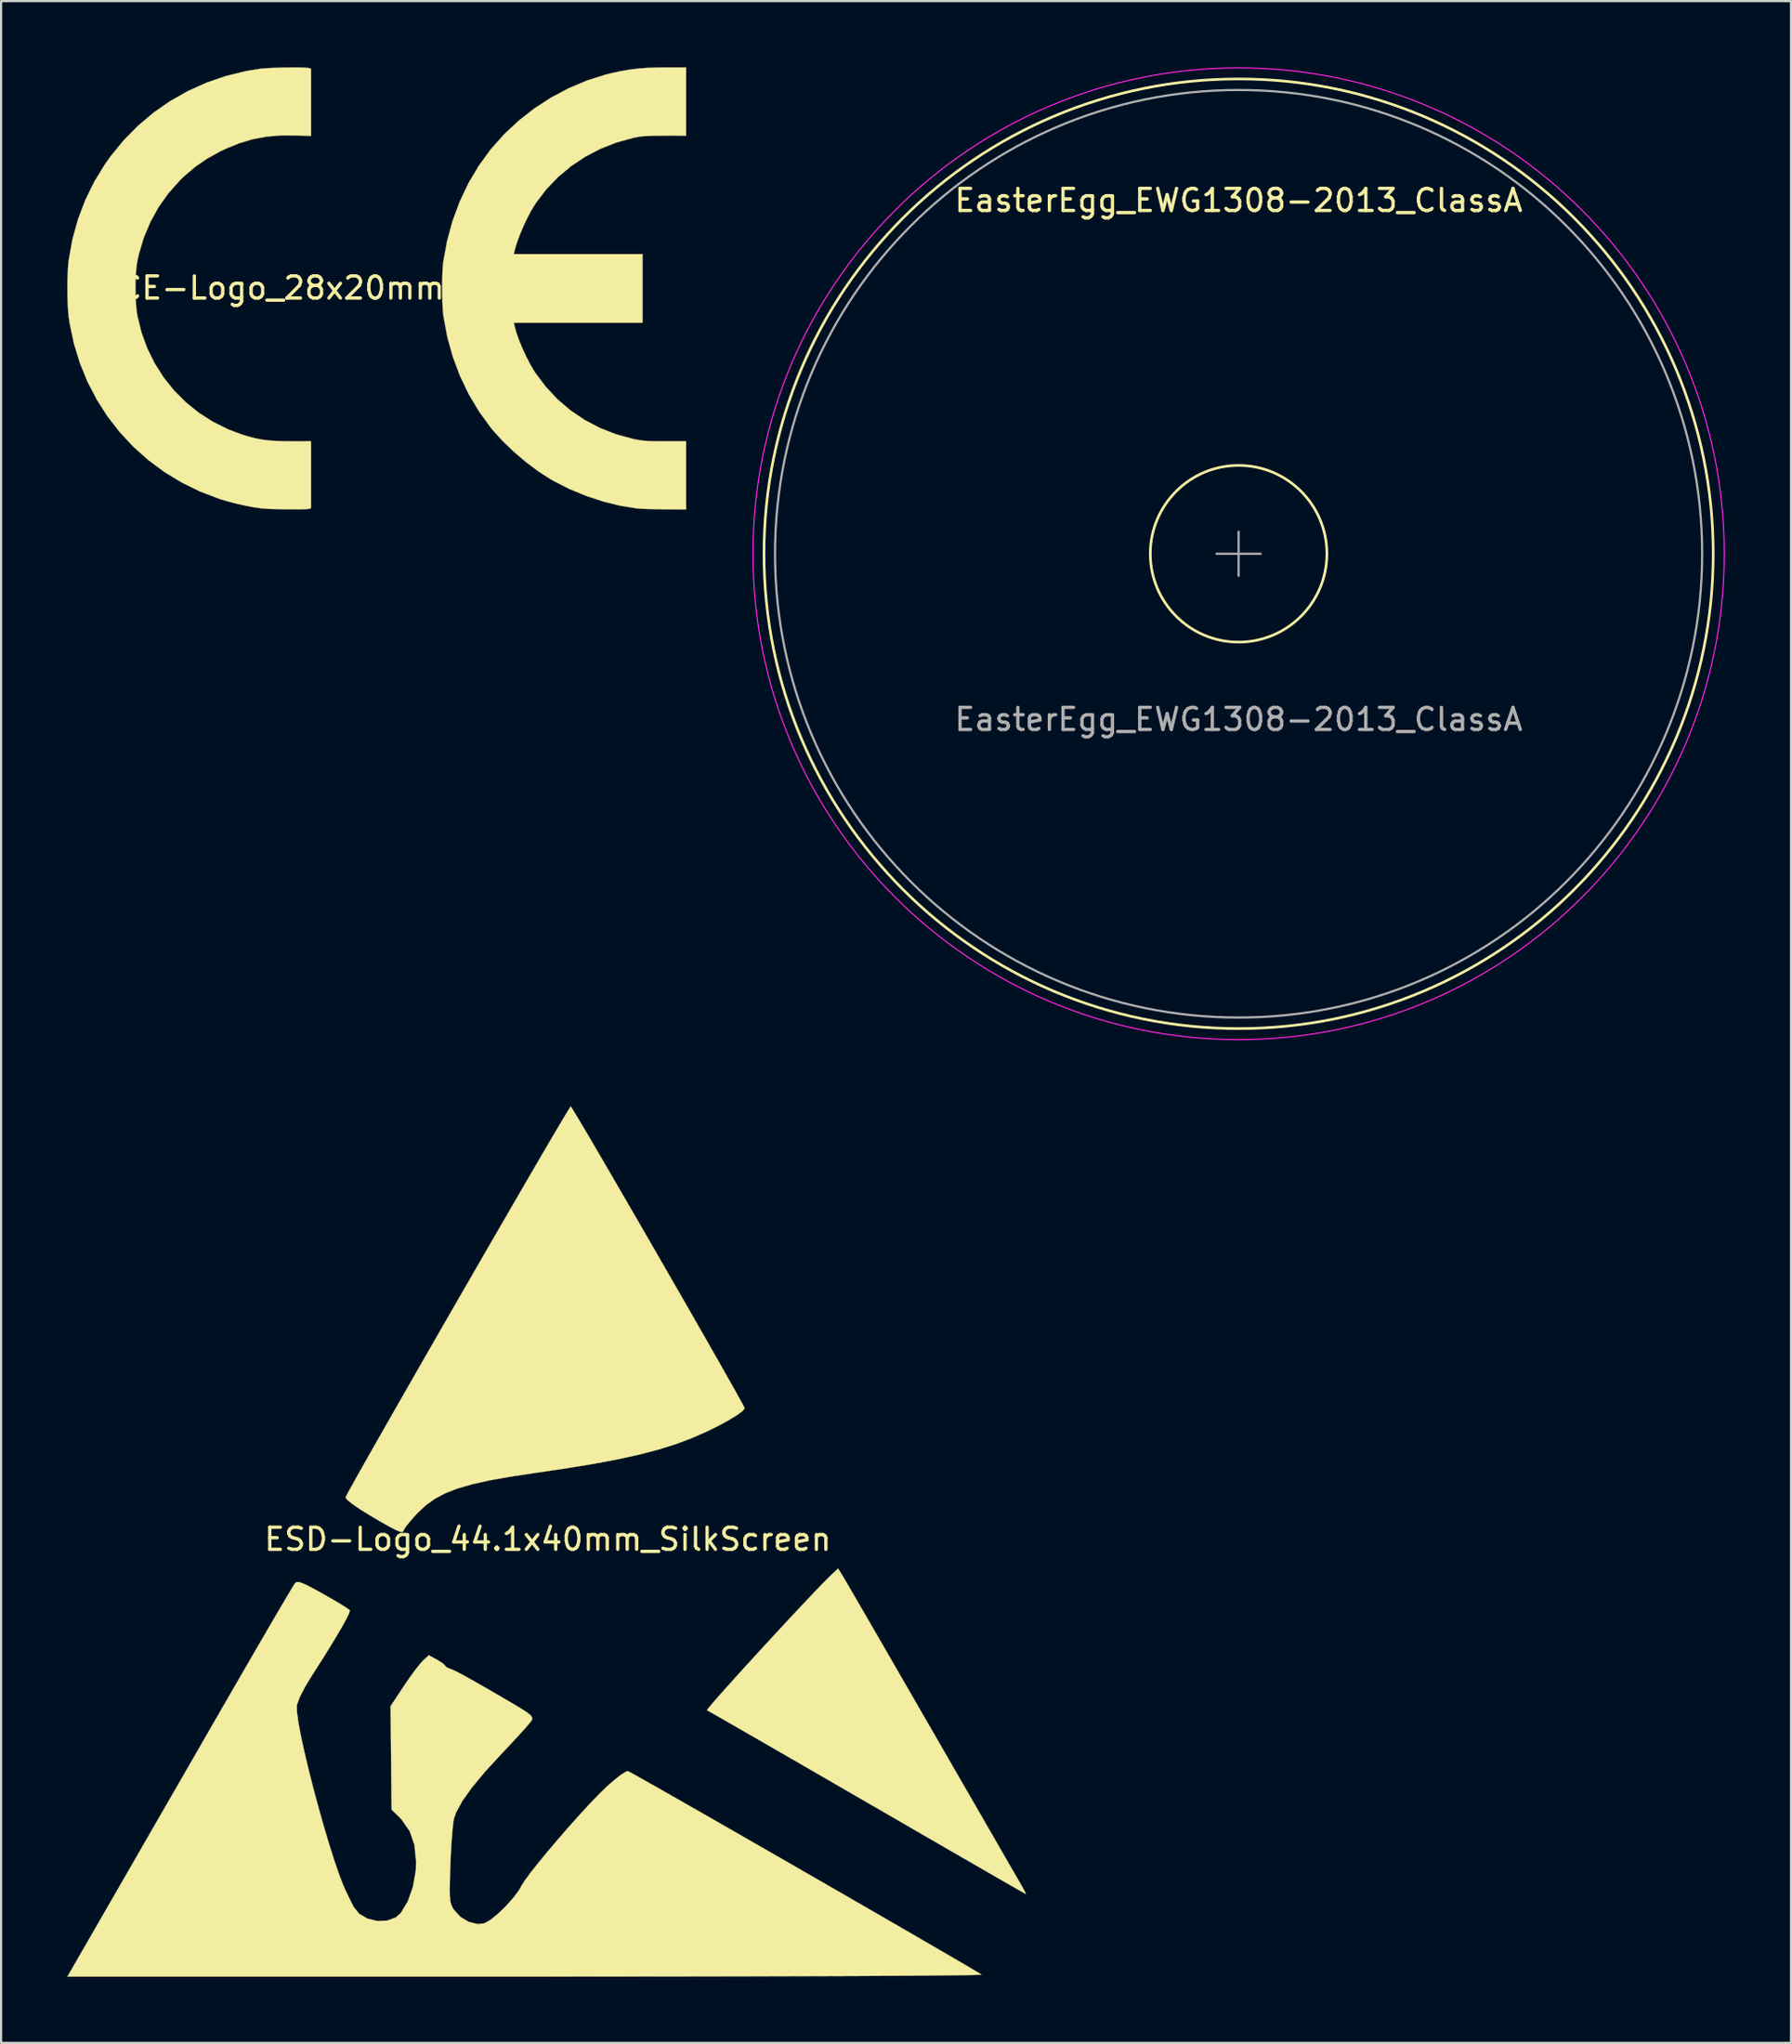
<source format=kicad_pcb>
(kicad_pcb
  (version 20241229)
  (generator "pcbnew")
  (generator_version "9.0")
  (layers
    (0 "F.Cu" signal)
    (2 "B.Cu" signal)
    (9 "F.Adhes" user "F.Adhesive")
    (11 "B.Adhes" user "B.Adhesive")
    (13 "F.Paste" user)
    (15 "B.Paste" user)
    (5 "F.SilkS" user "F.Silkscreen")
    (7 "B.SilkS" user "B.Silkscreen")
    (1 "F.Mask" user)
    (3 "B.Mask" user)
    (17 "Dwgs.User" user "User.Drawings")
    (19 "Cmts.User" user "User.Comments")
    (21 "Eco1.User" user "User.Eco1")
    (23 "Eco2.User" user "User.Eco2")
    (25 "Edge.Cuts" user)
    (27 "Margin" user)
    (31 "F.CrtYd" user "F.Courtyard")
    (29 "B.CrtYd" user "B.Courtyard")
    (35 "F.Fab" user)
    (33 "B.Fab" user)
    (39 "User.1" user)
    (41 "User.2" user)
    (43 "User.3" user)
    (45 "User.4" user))
  (footprint "CE-Logo_28x20mm_SilkScreen"
    (layer "F.Cu")
    (at 14.015 9.99)
    (property "Reference" "CE-Logo_28x20mm_SilkScreen" (at 0 0 0) (layer "F.SilkS") (effects (font (size 1 1) (thickness 0.15))))
    (attr exclude_from_pos_files exclude_from_bom allow_missing_courtyard)
    (fp_poly (pts (xy -3.512 -9.983) (xy -3.298 -9.977) (xy -3.144 -9.968) (xy -3.076 -9.957) (xy -2.978 -9.931) (xy -2.978 -6.884) (xy -3.672 -6.908) (xy -4.366 -6.907) (xy -5.009 -6.851) (xy -5.62 -6.736) (xy -6.217 -6.558) (xy -6.822 -6.313) (xy -7.073 -6.194) (xy -7.67 -5.866) (xy -8.209 -5.497) (xy -8.713 -5.07) (xy -8.909 -4.88) (xy -9.428 -4.301) (xy -9.877 -3.669) (xy -10.253 -2.991) (xy -10.555 -2.27) (xy -10.78 -1.511) (xy -10.847 -1.204) (xy -10.887 -0.926) (xy -10.914 -0.585) (xy -10.927 -0.205) (xy -10.928 0.189) (xy -10.915 0.575) (xy -10.888 0.929) (xy -10.849 1.226) (xy -10.845 1.248) (xy -10.66 2.005) (xy -10.397 2.728) (xy -10.06 3.41) (xy -9.655 4.048) (xy -9.184 4.637) (xy -8.652 5.171) (xy -8.063 5.647) (xy -7.423 6.058) (xy -6.734 6.4) (xy -6.127 6.629) (xy -5.785 6.734) (xy -5.472 6.813) (xy -5.165 6.871) (xy -4.843 6.909) (xy -4.485 6.931) (xy -4.069 6.94) (xy -3.887 6.94) (xy -2.978 6.939) (xy -2.978 9.975) (xy -3.076 10.001) (xy -3.161 10.011) (xy -3.316 10.018) (xy -3.527 10.022) (xy -3.778 10.023) (xy -4.051 10.021) (xy -4.333 10.017) (xy -4.605 10.011) (xy -4.853 10.003) (xy -5.06 9.992) (xy -5.21 9.98) (xy -5.211 9.98) (xy -5.585 9.926) (xy -6.008 9.844) (xy -6.446 9.743) (xy -6.869 9.629) (xy -7.137 9.546) (xy -8.013 9.211) (xy -8.843 8.804) (xy -9.624 8.328) (xy -10.353 7.788) (xy -11.026 7.186) (xy -11.64 6.528) (xy -12.192 5.817) (xy -12.679 5.057) (xy -13.097 4.252) (xy -13.443 3.407) (xy -13.714 2.524) (xy -13.907 1.608) (xy -13.95 1.314) (xy -13.978 1.033) (xy -13.998 0.689) (xy -14.008 0.305) (xy -14.01 -0.096) (xy -14.003 -0.49) (xy -13.987 -0.854) (xy -13.963 -1.164) (xy -13.95 -1.27) (xy -13.782 -2.206) (xy -13.532 -3.11) (xy -13.202 -3.98) (xy -12.792 -4.814) (xy -12.304 -5.611) (xy -12.043 -5.978) (xy -11.453 -6.698) (xy -10.804 -7.354) (xy -10.101 -7.945) (xy -9.349 -8.467) (xy -8.551 -8.918) (xy -7.712 -9.296) (xy -6.838 -9.596) (xy -5.932 -9.818) (xy -5.3 -9.922) (xy -5.127 -9.939) (xy -4.899 -9.954) (xy -4.633 -9.967) (xy -4.345 -9.976) (xy -4.051 -9.982) (xy -3.768 -9.984) (xy -3.512 -9.983)) (stroke (width 0.01) (type solid)) (fill yes) (layer "F.SilkS"))
    (fp_poly (pts (xy 14.014 -8.441) (xy 14.014 -6.897) (xy 13.039 -6.896) (xy 12.702 -6.895) (xy 12.435 -6.891) (xy 12.221 -6.882) (xy 12.045 -6.869) (xy 11.887 -6.849) (xy 11.733 -6.822) (xy 11.621 -6.798) (xy 10.86 -6.588) (xy 10.134 -6.303) (xy 9.448 -5.945) (xy 8.81 -5.52) (xy 8.223 -5.03) (xy 7.695 -4.481) (xy 7.23 -3.875) (xy 7.149 -3.752) (xy 6.977 -3.465) (xy 6.802 -3.129) (xy 6.633 -2.768) (xy 6.481 -2.404) (xy 6.354 -2.061) (xy 6.263 -1.76) (xy 6.243 -1.675) (xy 6.212 -1.533) (xy 12.043 -1.533) (xy 12.043 1.577) (xy 6.212 1.577) (xy 6.243 1.719) (xy 6.326 2.021) (xy 6.45 2.372) (xy 6.605 2.747) (xy 6.781 3.125) (xy 6.967 3.481) (xy 7.153 3.794) (xy 7.185 3.841) (xy 7.661 4.475) (xy 8.194 5.044) (xy 8.782 5.545) (xy 9.422 5.978) (xy 10.109 6.338) (xy 10.841 6.625) (xy 11.614 6.835) (xy 11.632 6.839) (xy 11.806 6.874) (xy 11.967 6.9) (xy 12.131 6.919) (xy 12.317 6.931) (xy 12.543 6.938) (xy 12.827 6.941) (xy 13.061 6.941) (xy 14.014 6.941) (xy 14.014 10.029) (xy 13.061 10.023) (xy 12.757 10.019) (xy 12.46 10.013) (xy 12.189 10.004) (xy 11.964 9.994) (xy 11.804 9.982) (xy 11.78 9.98) (xy 11.034 9.86) (xy 10.267 9.671) (xy 9.499 9.419) (xy 8.752 9.112) (xy 8.046 8.756) (xy 7.861 8.65) (xy 7.32 8.301) (xy 6.77 7.89) (xy 6.235 7.436) (xy 5.735 6.958) (xy 5.292 6.475) (xy 5.171 6.328) (xy 4.637 5.595) (xy 4.169 4.808) (xy 3.771 3.976) (xy 3.445 3.107) (xy 3.196 2.208) (xy 3.026 1.288) (xy 3.018 1.226) (xy 2.995 0.989) (xy 2.978 0.689) (xy 2.969 0.347) (xy 2.966 -0.013) (xy 2.969 -0.371) (xy 2.98 -0.704) (xy 2.997 -0.991) (xy 3.017 -1.182) (xy 3.189 -2.126) (xy 3.438 -3.038) (xy 3.762 -3.913) (xy 4.158 -4.747) (xy 4.625 -5.534) (xy 5.159 -6.269) (xy 5.171 -6.283) (xy 5.768 -6.955) (xy 6.427 -7.572) (xy 7.14 -8.129) (xy 7.9 -8.622) (xy 8.698 -9.045) (xy 9.526 -9.394) (xy 10.376 -9.662) (xy 10.708 -9.743) (xy 11.118 -9.829) (xy 11.499 -9.893) (xy 11.876 -9.938) (xy 12.273 -9.966) (xy 12.714 -9.981) (xy 13.083 -9.984) (xy 14.014 -9.985) (xy 14.014 -8.441)) (stroke (width 0.01) (type solid)) (fill yes) (layer "F.SilkS")))
  (footprint "EasterEgg_EWG1308-2013_ClassA"
    (layer "F.Cu")
    (at 53.059 22.025)
    (property "Reference" "EasterEgg_EWG1308-2013_ClassA" (at 0 -16 0) (unlocked yes) (layer "F.SilkS") (effects (font (size 1 1) (thickness 0.15))))
    (attr exclude_from_pos_files exclude_from_bom)
    (fp_circle (center 0 0) (end 0 -21.5) (stroke (width 0.12) (type default)) (fill no) (layer "F.SilkS"))
    (fp_circle (center 0 0) (end 4 0) (stroke (width 0.12) (type default)) (fill no) (layer "F.SilkS"))
    (fp_circle (center 0 0) (end 0 -22) (stroke (width 0.05) (type default)) (fill no) (layer "F.CrtYd"))
    (fp_line (start 0 -1) (end 0 1) (stroke (width 0.1) (type default)) (layer "F.Fab"))
    (fp_line (start 1 0) (end -1 0) (stroke (width 0.1) (type default)) (layer "F.Fab"))
    (fp_circle (center 0 0) (end 0 -21) (stroke (width 0.1) (type default)) (fill no) (layer "F.Fab"))
    (fp_text user "${REFERENCE}" (at 0 7.5 0) (unlocked yes) (layer "F.Fab") (effects (font (size 1 1) (thickness 0.15)))))
  (footprint "ESD-Logo_44.1x40mm_SilkScreen"
    (layer "F.Cu")
    (at 21.767 66.649)
    (property "Reference" "ESD-Logo_44.1x40mm_SilkScreen" (at 0 0 0) (layer "F.SilkS") (effects (font (size 1 1) (thickness 0.15))))
    (attr exclude_from_pos_files exclude_from_bom allow_missing_courtyard)
    (fp_poly (pts (xy 13.304 1.571) (xy 13.38 1.698) (xy 13.552 1.991) (xy 13.809 2.434) (xy 14.145 3.013) (xy 14.551 3.713) (xy 15.018 4.52) (xy 15.537 5.418) (xy 16.101 6.394) (xy 16.7 7.432) (xy 17.317 8.501) (xy 17.947 9.593) (xy 18.551 10.641) (xy 19.122 11.631) (xy 19.65 12.546) (xy 20.127 13.372) (xy 20.543 14.094) (xy 20.891 14.696) (xy 21.161 15.163) (xy 21.344 15.48) (xy 21.43 15.629) (xy 21.571 15.88) (xy 21.648 16.037) (xy 21.652 16.065) (xy 21.559 16.013) (xy 21.3 15.866) (xy 20.888 15.63) (xy 20.338 15.314) (xy 19.663 14.925) (xy 18.875 14.471) (xy 17.99 13.96) (xy 17.02 13.399) (xy 15.979 12.797) (xy 14.88 12.162) (xy 14.462 11.92) (xy 13.344 11.273) (xy 12.277 10.656) (xy 11.275 10.077) (xy 10.351 9.545) (xy 9.52 9.066) (xy 8.795 8.648) (xy 8.189 8.3) (xy 7.717 8.03) (xy 7.391 7.845) (xy 7.227 7.753) (xy 7.21 7.745) (xy 7.26 7.666) (xy 7.434 7.456) (xy 7.715 7.133) (xy 8.085 6.717) (xy 8.525 6.228) (xy 9.018 5.685) (xy 9.547 5.107) (xy 10.093 4.513) (xy 10.638 3.924) (xy 11.166 3.358) (xy 11.657 2.834) (xy 12.095 2.373) (xy 12.461 1.993) (xy 12.738 1.714) (xy 12.833 1.622) (xy 13.148 1.327) (xy 13.304 1.571)) (stroke (width 0.01) (type solid)) (fill yes) (layer "F.SilkS"))
    (fp_poly (pts (xy 1.098 -19.507) (xy 1.252 -19.257) (xy 1.49 -18.86) (xy 1.801 -18.334) (xy 2.175 -17.695) (xy 2.604 -16.961) (xy 3.078 -16.147) (xy 3.586 -15.272) (xy 4.119 -14.352) (xy 4.667 -13.404) (xy 5.22 -12.444) (xy 5.77 -11.49) (xy 6.305 -10.559) (xy 6.816 -9.667) (xy 7.294 -8.831) (xy 7.729 -8.068) (xy 8.111 -7.395) (xy 8.43 -6.829) (xy 8.676 -6.387) (xy 8.841 -6.086) (xy 8.913 -5.942) (xy 8.916 -5.933) (xy 8.826 -5.811) (xy 8.576 -5.624) (xy 8.195 -5.39) (xy 7.713 -5.129) (xy 7.209 -4.881) (xy 6.524 -4.58) (xy 5.802 -4.309) (xy 5.021 -4.063) (xy 4.154 -3.836) (xy 3.178 -3.621) (xy 2.067 -3.413) (xy 0.796 -3.205) (xy -0.519 -3.011) (xy -1.661 -2.84) (xy -2.62 -2.67) (xy -3.421 -2.493) (xy -4.086 -2.301) (xy -4.64 -2.085) (xy -5.108 -1.838) (xy -5.512 -1.55) (xy -5.878 -1.212) (xy -5.996 -1.087) (xy -6.252 -0.796) (xy -6.441 -0.558) (xy -6.529 -0.418) (xy -6.531 -0.406) (xy -6.562 -0.336) (xy -6.669 -0.335) (xy -6.873 -0.413) (xy -7.196 -0.58) (xy -7.66 -0.844) (xy -7.983 -1.034) (xy -8.464 -1.33) (xy -8.838 -1.585) (xy -9.079 -1.778) (xy -9.163 -1.892) (xy -9.163 -1.893) (xy -9.111 -2.001) (xy -8.964 -2.273) (xy -8.73 -2.694) (xy -8.418 -3.248) (xy -8.037 -3.921) (xy -7.595 -4.699) (xy -7.101 -5.565) (xy -6.563 -6.507) (xy -5.99 -7.507) (xy -5.389 -8.553) (xy -4.771 -9.628) (xy -4.143 -10.719) (xy -3.514 -11.81) (xy -2.893 -12.886) (xy -2.287 -13.934) (xy -1.706 -14.936) (xy -1.158 -15.881) (xy -0.652 -16.751) (xy -0.196 -17.532) (xy 0.202 -18.21) (xy 0.532 -18.77) (xy 0.787 -19.197) (xy 0.957 -19.476) (xy 1.034 -19.592) (xy 1.037 -19.594) (xy 1.098 -19.507)) (stroke (width 0.01) (type solid)) (fill yes) (layer "F.SilkS"))
    (fp_poly (pts (xy -11.232 1.949) (xy -11.014 2.033) (xy -10.682 2.2) (xy -10.206 2.463) (xy -10.169 2.483) (xy -9.73 2.734) (xy -9.359 2.954) (xy -9.094 3.121) (xy -8.97 3.212) (xy -8.966 3.216) (xy -8.996 3.343) (xy -9.134 3.625) (xy -9.37 4.049) (xy -9.696 4.597) (xy -10.103 5.256) (xy -10.581 6.008) (xy -10.701 6.193) (xy -11.011 6.705) (xy -11.237 7.146) (xy -11.358 7.476) (xy -11.371 7.541) (xy -11.365 7.827) (xy -11.303 8.282) (xy -11.192 8.875) (xy -11.04 9.578) (xy -10.855 10.361) (xy -10.644 11.196) (xy -10.415 12.053) (xy -10.176 12.903) (xy -9.935 13.717) (xy -9.699 14.466) (xy -9.476 15.12) (xy -9.274 15.651) (xy -9.133 15.966) (xy -8.968 16.301) (xy -8.811 16.622) (xy -8.802 16.64) (xy -8.543 16.964) (xy -8.165 17.182) (xy -7.725 17.287) (xy -7.28 17.27) (xy -6.887 17.124) (xy -6.665 16.931) (xy -6.347 16.404) (xy -6.113 15.747) (xy -5.985 15.026) (xy -5.967 14.618) (xy -6.04 13.856) (xy -6.255 13.225) (xy -6.622 12.694) (xy -6.737 12.576) (xy -7.078 12.245) (xy -7.101 9.903) (xy -7.125 7.561) (xy -6.528 6.657) (xy -6.248 6.248) (xy -5.978 5.881) (xy -5.757 5.605) (xy -5.662 5.504) (xy -5.393 5.253) (xy -5.029 5.449) (xy -4.799 5.59) (xy -4.673 5.699) (xy -4.665 5.719) (xy -4.579 5.802) (xy -4.432 5.864) (xy -4.29 5.919) (xy -4.072 6.025) (xy -3.76 6.192) (xy -3.335 6.43) (xy -2.778 6.748) (xy -2.071 7.159) (xy -1.686 7.383) (xy -1.234 7.652) (xy -0.938 7.843) (xy -0.771 7.979) (xy -0.707 8.083) (xy -0.72 8.177) (xy -0.73 8.199) (xy -0.834 8.336) (xy -1.057 8.593) (xy -1.372 8.941) (xy -1.754 9.352) (xy -2.084 9.7) (xy -2.845 10.527) (xy -3.44 11.243) (xy -3.875 11.856) (xy -4.155 12.374) (xy -4.249 12.637) (xy -4.288 12.867) (xy -4.328 13.26) (xy -4.366 13.77) (xy -4.399 14.353) (xy -4.414 14.722) (xy -4.435 15.359) (xy -4.444 15.825) (xy -4.439 16.155) (xy -4.416 16.386) (xy -4.374 16.552) (xy -4.308 16.691) (xy -4.257 16.775) (xy -3.96 17.101) (xy -3.577 17.328) (xy -3.175 17.427) (xy -2.873 17.391) (xy -2.6 17.236) (xy -2.258 16.959) (xy -1.894 16.607) (xy -1.557 16.229) (xy -1.295 15.875) (xy -1.199 15.703) (xy -1.054 15.468) (xy -0.792 15.111) (xy -0.434 14.658) (xy -0.007 14.139) (xy 0.467 13.58) (xy 0.963 13.011) (xy 1.457 12.458) (xy 1.925 11.951) (xy 2.344 11.516) (xy 2.673 11.197) (xy 3.038 10.878) (xy 3.345 10.643) (xy 3.56 10.516) (xy 3.631 10.502) (xy 3.741 10.558) (xy 4.014 10.709) (xy 4.435 10.946) (xy 4.989 11.259) (xy 5.658 11.641) (xy 6.429 12.08) (xy 7.284 12.569) (xy 8.208 13.098) (xy 9.186 13.659) (xy 10.201 14.242) (xy 11.238 14.838) (xy 12.281 15.438) (xy 13.314 16.033) (xy 14.321 16.615) (xy 15.288 17.173) (xy 16.197 17.698) (xy 17.034 18.183) (xy 17.782 18.617) (xy 18.425 18.992) (xy 18.949 19.298) (xy 19.337 19.527) (xy 19.573 19.669) (xy 19.641 19.713) (xy 19.549 19.722) (xy 19.259 19.731) (xy 18.781 19.739) (xy 18.125 19.747) (xy 17.3 19.754) (xy 16.316 19.762) (xy 15.182 19.768) (xy 13.909 19.775) (xy 12.505 19.78) (xy 10.981 19.785) (xy 9.346 19.79) (xy 7.61 19.794) (xy 5.782 19.797) (xy 3.873 19.799) (xy 1.891 19.801) (xy -0.153 19.802) (xy -1.011 19.802) (xy -21.762 19.802) (xy -20.282 17.236) (xy -19.969 16.692) (xy -19.566 15.993) (xy -19.086 15.16) (xy -18.543 14.218) (xy -17.951 13.19) (xy -17.322 12.1) (xy -16.671 10.97) (xy -16.011 9.824) (xy -15.355 8.685) (xy -15.19 8.398) (xy -14.585 7.349) (xy -14.008 6.351) (xy -13.468 5.419) (xy -12.974 4.568) (xy -12.534 3.812) (xy -12.156 3.166) (xy -11.849 2.645) (xy -11.623 2.265) (xy -11.485 2.039) (xy -11.447 1.982) (xy -11.366 1.936) (xy -11.232 1.949)) (stroke (width 0.01) (type solid)) (fill yes) (layer "F.SilkS")))
  (gr_rect
    (start -3 -3)
    (end 78.084 89.456)
    (stroke (width 0.1) (type default))
    (fill no)
    (layer "Edge.Cuts")))
</source>
